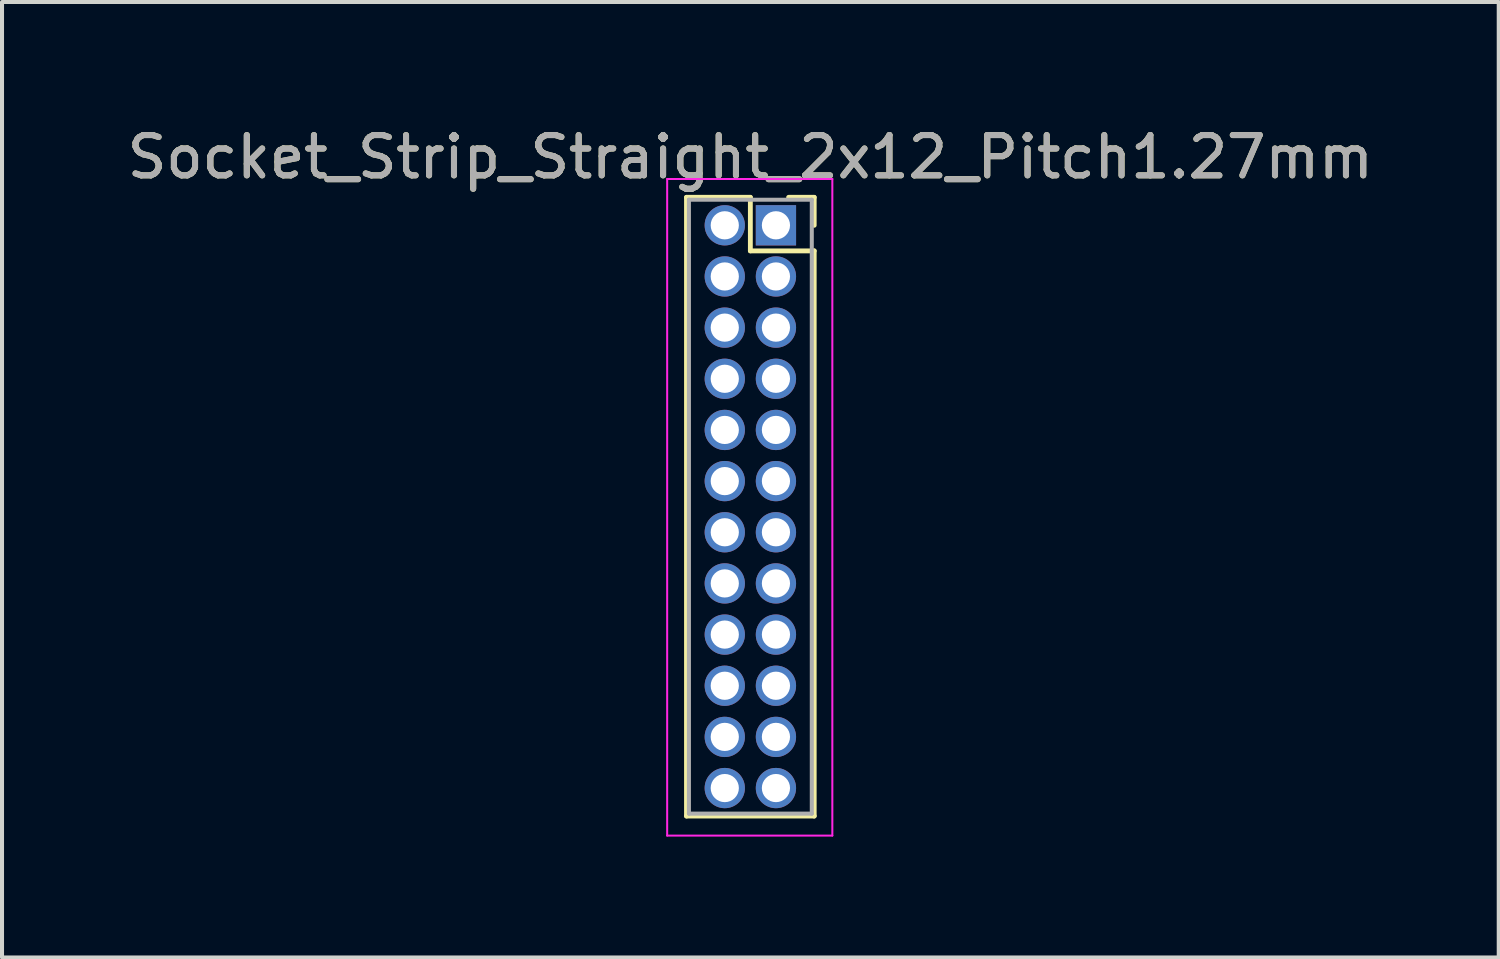
<source format=kicad_pcb>
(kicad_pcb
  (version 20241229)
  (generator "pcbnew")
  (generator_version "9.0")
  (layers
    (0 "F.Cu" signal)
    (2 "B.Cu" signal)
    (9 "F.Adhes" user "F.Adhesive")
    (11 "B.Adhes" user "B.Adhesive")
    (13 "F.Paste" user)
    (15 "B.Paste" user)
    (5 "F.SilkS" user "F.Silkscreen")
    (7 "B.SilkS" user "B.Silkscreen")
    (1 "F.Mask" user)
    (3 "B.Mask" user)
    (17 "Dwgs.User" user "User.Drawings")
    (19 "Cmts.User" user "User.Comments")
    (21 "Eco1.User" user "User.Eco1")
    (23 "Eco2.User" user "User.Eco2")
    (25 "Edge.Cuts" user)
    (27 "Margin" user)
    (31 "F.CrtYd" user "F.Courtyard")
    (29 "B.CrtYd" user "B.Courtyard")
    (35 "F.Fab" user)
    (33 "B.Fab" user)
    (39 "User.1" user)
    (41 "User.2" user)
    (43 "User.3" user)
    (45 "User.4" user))
  (footprint "Socket_Strip_Straight_2x12_Pitch1.27mm"
    (layer "F.Cu")
    (at 16.212 2.543)
    (property "Reference" "Socket_Strip_Straight_2x12_Pitch1.27mm" (at -0.635 -1.695 0) (layer "F.SilkS") (effects (font (size 1 1) (thickness 0.15))))
    (attr through_hole)
    (fp_line (start -2.22 -0.695) (end -0.635 -0.695) (stroke (width 0.12) (type solid)) (layer "F.SilkS"))
    (fp_line (start -2.22 14.665) (end -2.22 -0.695) (stroke (width 0.12) (type solid)) (layer "F.SilkS"))
    (fp_line (start -0.635 -0.695) (end -0.635 0.635) (stroke (width 0.12) (type solid)) (layer "F.SilkS"))
    (fp_line (start -0.635 0.635) (end 0.95 0.635) (stroke (width 0.12) (type solid)) (layer "F.SilkS"))
    (fp_line (start 0.95 -0.695) (end 0.315 -0.695) (stroke (width 0.12) (type solid)) (layer "F.SilkS"))
    (fp_line (start 0.95 0) (end 0.95 -0.695) (stroke (width 0.12) (type solid)) (layer "F.SilkS"))
    (fp_line (start 0.95 0.635) (end 0.95 14.665) (stroke (width 0.12) (type solid)) (layer "F.SilkS"))
    (fp_line (start 0.95 14.665) (end -2.22 14.665) (stroke (width 0.12) (type solid)) (layer "F.SilkS"))
    (fp_line (start -2.7 -1.15) (end -2.7 15.15) (stroke (width 0.05) (type solid)) (layer "F.CrtYd"))
    (fp_line (start -2.7 15.15) (end 1.4 15.15) (stroke (width 0.05) (type solid)) (layer "F.CrtYd"))
    (fp_line (start 1.4 -1.15) (end -2.7 -1.15) (stroke (width 0.05) (type solid)) (layer "F.CrtYd"))
    (fp_line (start 1.4 15.15) (end 1.4 -1.15) (stroke (width 0.05) (type solid)) (layer "F.CrtYd"))
    (fp_line (start -2.16 -0.635) (end -2.16 14.605) (stroke (width 0.1) (type solid)) (layer "F.Fab"))
    (fp_line (start -2.16 14.605) (end 0.89 14.605) (stroke (width 0.1) (type solid)) (layer "F.Fab"))
    (fp_line (start 0.89 -0.635) (end -2.16 -0.635) (stroke (width 0.1) (type solid)) (layer "F.Fab"))
    (fp_line (start 0.89 14.605) (end 0.89 -0.635) (stroke (width 0.1) (type solid)) (layer "F.Fab"))
    (fp_text user "${REFERENCE}" (at -0.635 -1.695 0) (layer "F.Fab") (effects (font (size 1 1) (thickness 0.15))))
    (pad "1" thru_hole rect (at 0 0) (size 1 1) (drill 0.7) (layers "*.Cu" "*.Mask"))
    (pad "2" thru_hole oval (at -1.27 0) (size 1 1) (drill 0.7) (layers "*.Cu" "*.Mask"))
    (pad "3" thru_hole oval (at 0 1.27) (size 1 1) (drill 0.7) (layers "*.Cu" "*.Mask"))
    (pad "4" thru_hole oval (at -1.27 1.27) (size 1 1) (drill 0.7) (layers "*.Cu" "*.Mask"))
    (pad "5" thru_hole oval (at 0 2.54) (size 1 1) (drill 0.7) (layers "*.Cu" "*.Mask"))
    (pad "6" thru_hole oval (at -1.27 2.54) (size 1 1) (drill 0.7) (layers "*.Cu" "*.Mask"))
    (pad "7" thru_hole oval (at 0 3.81) (size 1 1) (drill 0.7) (layers "*.Cu" "*.Mask"))
    (pad "8" thru_hole oval (at -1.27 3.81) (size 1 1) (drill 0.7) (layers "*.Cu" "*.Mask"))
    (pad "9" thru_hole oval (at 0 5.08) (size 1 1) (drill 0.7) (layers "*.Cu" "*.Mask"))
    (pad "10" thru_hole oval (at -1.27 5.08) (size 1 1) (drill 0.7) (layers "*.Cu" "*.Mask"))
    (pad "11" thru_hole oval (at 0 6.35) (size 1 1) (drill 0.7) (layers "*.Cu" "*.Mask"))
    (pad "12" thru_hole oval (at -1.27 6.35) (size 1 1) (drill 0.7) (layers "*.Cu" "*.Mask"))
    (pad "13" thru_hole oval (at 0 7.62) (size 1 1) (drill 0.7) (layers "*.Cu" "*.Mask"))
    (pad "14" thru_hole oval (at -1.27 7.62) (size 1 1) (drill 0.7) (layers "*.Cu" "*.Mask"))
    (pad "15" thru_hole oval (at 0 8.89) (size 1 1) (drill 0.7) (layers "*.Cu" "*.Mask"))
    (pad "16" thru_hole oval (at -1.27 8.89) (size 1 1) (drill 0.7) (layers "*.Cu" "*.Mask"))
    (pad "17" thru_hole oval (at 0 10.16) (size 1 1) (drill 0.7) (layers "*.Cu" "*.Mask"))
    (pad "18" thru_hole oval (at -1.27 10.16) (size 1 1) (drill 0.7) (layers "*.Cu" "*.Mask"))
    (pad "19" thru_hole oval (at 0 11.43) (size 1 1) (drill 0.7) (layers "*.Cu" "*.Mask"))
    (pad "20" thru_hole oval (at -1.27 11.43) (size 1 1) (drill 0.7) (layers "*.Cu" "*.Mask"))
    (pad "21" thru_hole oval (at 0 12.7) (size 1 1) (drill 0.7) (layers "*.Cu" "*.Mask"))
    (pad "22" thru_hole oval (at -1.27 12.7) (size 1 1) (drill 0.7) (layers "*.Cu" "*.Mask"))
    (pad "23" thru_hole oval (at 0 13.97) (size 1 1) (drill 0.7) (layers "*.Cu" "*.Mask"))
    (pad "24" thru_hole oval (at -1.27 13.97) (size 1 1) (drill 0.7) (layers "*.Cu" "*.Mask")))
  (gr_rect
    (start -3 -3)
    (end 34.155 20.718)
    (stroke (width 0.1) (type default))
    (fill no)
    (layer "Edge.Cuts")))
</source>
